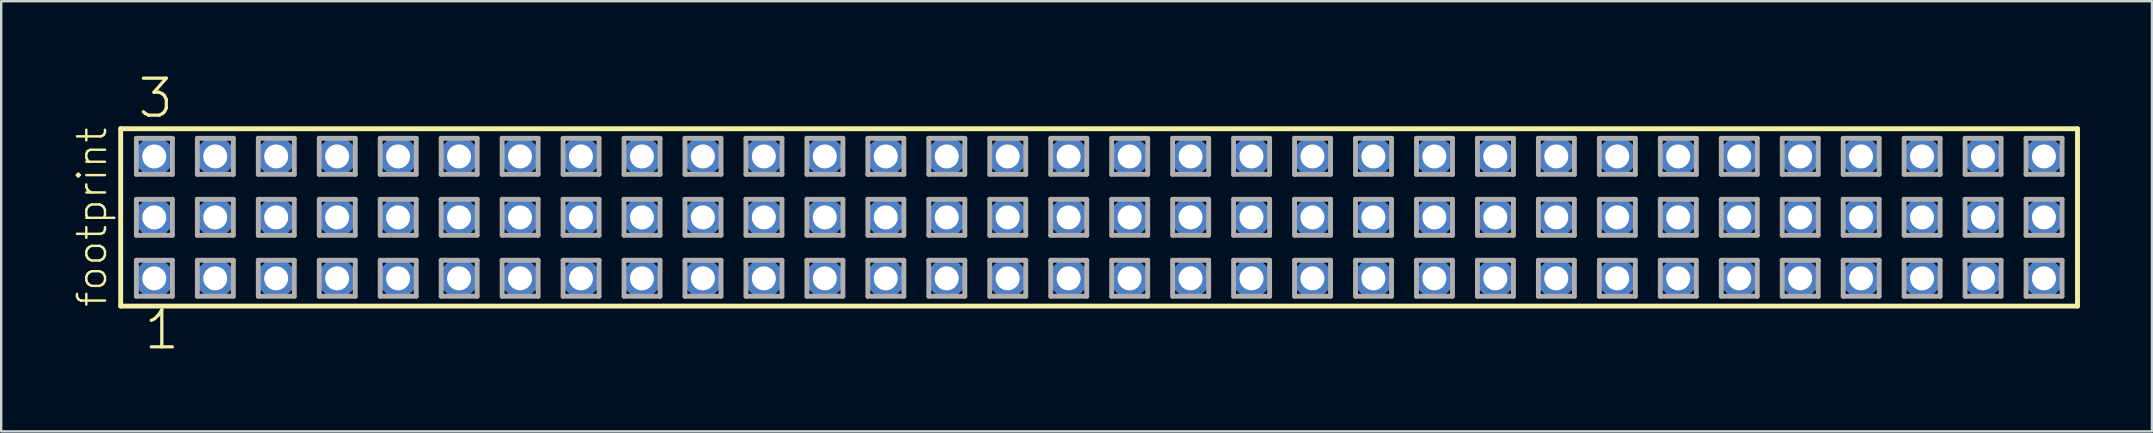
<source format=kicad_pcb>
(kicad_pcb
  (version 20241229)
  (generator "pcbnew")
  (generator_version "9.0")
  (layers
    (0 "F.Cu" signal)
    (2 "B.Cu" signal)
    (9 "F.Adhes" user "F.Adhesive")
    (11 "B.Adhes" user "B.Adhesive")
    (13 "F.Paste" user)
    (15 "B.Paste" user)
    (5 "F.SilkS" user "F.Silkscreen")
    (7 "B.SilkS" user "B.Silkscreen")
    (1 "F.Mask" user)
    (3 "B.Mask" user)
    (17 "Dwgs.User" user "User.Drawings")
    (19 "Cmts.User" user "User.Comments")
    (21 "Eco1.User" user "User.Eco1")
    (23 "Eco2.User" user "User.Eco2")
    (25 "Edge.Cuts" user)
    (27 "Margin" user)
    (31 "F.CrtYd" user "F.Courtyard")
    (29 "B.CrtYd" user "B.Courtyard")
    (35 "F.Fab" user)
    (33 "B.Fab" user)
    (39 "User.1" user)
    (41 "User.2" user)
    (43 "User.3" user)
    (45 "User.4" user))
  (footprint "footprint"
    (layer "F.Cu")
    (at 42.748 6.009)
    (property "Reference" "footprint" (at -41.275 3.81 90) (layer "F.SilkS") (effects (font (size 1.168 1.168) (thickness 0.102)) (justify left bottom)))
    (fp_line (start -40.769 -3.695) (end 40.769 -3.695) (stroke (width 0.203) (type solid)) (layer "F.SilkS"))
    (fp_line (start -40.769 3.695) (end -40.769 -3.695) (stroke (width 0.203) (type solid)) (layer "F.SilkS"))
    (fp_line (start 40.769 -3.695) (end 40.769 3.695) (stroke (width 0.203) (type solid)) (layer "F.SilkS"))
    (fp_line (start 40.769 3.695) (end -40.769 3.695) (stroke (width 0.203) (type solid)) (layer "F.SilkS"))
    (fp_line (start -40.115 -3.295) (end -38.615 -3.295) (stroke (width 0.203) (type solid)) (layer "F.Fab"))
    (fp_line (start -40.115 -1.795) (end -40.115 -3.295) (stroke (width 0.203) (type solid)) (layer "F.Fab"))
    (fp_line (start -40.115 -0.755) (end -38.615 -0.755) (stroke (width 0.203) (type solid)) (layer "F.Fab"))
    (fp_line (start -40.115 0.745) (end -40.115 -0.755) (stroke (width 0.203) (type solid)) (layer "F.Fab"))
    (fp_line (start -40.115 1.785) (end -38.615 1.785) (stroke (width 0.203) (type solid)) (layer "F.Fab"))
    (fp_line (start -40.115 3.285) (end -40.115 1.785) (stroke (width 0.203) (type solid)) (layer "F.Fab"))
    (fp_line (start -38.615 -3.295) (end -38.615 -1.795) (stroke (width 0.203) (type solid)) (layer "F.Fab"))
    (fp_line (start -38.615 -1.795) (end -40.115 -1.795) (stroke (width 0.203) (type solid)) (layer "F.Fab"))
    (fp_line (start -38.615 -0.755) (end -38.615 0.745) (stroke (width 0.203) (type solid)) (layer "F.Fab"))
    (fp_line (start -38.615 0.745) (end -40.115 0.745) (stroke (width 0.203) (type solid)) (layer "F.Fab"))
    (fp_line (start -38.615 1.785) (end -38.615 3.285) (stroke (width 0.203) (type solid)) (layer "F.Fab"))
    (fp_line (start -38.615 3.285) (end -40.115 3.285) (stroke (width 0.203) (type solid)) (layer "F.Fab"))
    (fp_line (start -37.575 -3.295) (end -36.075 -3.295) (stroke (width 0.203) (type solid)) (layer "F.Fab"))
    (fp_line (start -37.575 -1.795) (end -37.575 -3.295) (stroke (width 0.203) (type solid)) (layer "F.Fab"))
    (fp_line (start -37.575 -0.755) (end -36.075 -0.755) (stroke (width 0.203) (type solid)) (layer "F.Fab"))
    (fp_line (start -37.575 0.745) (end -37.575 -0.755) (stroke (width 0.203) (type solid)) (layer "F.Fab"))
    (fp_line (start -37.575 1.785) (end -36.075 1.785) (stroke (width 0.203) (type solid)) (layer "F.Fab"))
    (fp_line (start -37.575 3.285) (end -37.575 1.785) (stroke (width 0.203) (type solid)) (layer "F.Fab"))
    (fp_line (start -36.075 -3.295) (end -36.075 -1.795) (stroke (width 0.203) (type solid)) (layer "F.Fab"))
    (fp_line (start -36.075 -1.795) (end -37.575 -1.795) (stroke (width 0.203) (type solid)) (layer "F.Fab"))
    (fp_line (start -36.075 -0.755) (end -36.075 0.745) (stroke (width 0.203) (type solid)) (layer "F.Fab"))
    (fp_line (start -36.075 0.745) (end -37.575 0.745) (stroke (width 0.203) (type solid)) (layer "F.Fab"))
    (fp_line (start -36.075 1.785) (end -36.075 3.285) (stroke (width 0.203) (type solid)) (layer "F.Fab"))
    (fp_line (start -36.075 3.285) (end -37.575 3.285) (stroke (width 0.203) (type solid)) (layer "F.Fab"))
    (fp_line (start -35.035 -3.295) (end -33.535 -3.295) (stroke (width 0.203) (type solid)) (layer "F.Fab"))
    (fp_line (start -35.035 -1.795) (end -35.035 -3.295) (stroke (width 0.203) (type solid)) (layer "F.Fab"))
    (fp_line (start -35.035 -0.755) (end -33.535 -0.755) (stroke (width 0.203) (type solid)) (layer "F.Fab"))
    (fp_line (start -35.035 0.745) (end -35.035 -0.755) (stroke (width 0.203) (type solid)) (layer "F.Fab"))
    (fp_line (start -35.035 1.785) (end -33.535 1.785) (stroke (width 0.203) (type solid)) (layer "F.Fab"))
    (fp_line (start -35.035 3.285) (end -35.035 1.785) (stroke (width 0.203) (type solid)) (layer "F.Fab"))
    (fp_line (start -33.535 -3.295) (end -33.535 -1.795) (stroke (width 0.203) (type solid)) (layer "F.Fab"))
    (fp_line (start -33.535 -1.795) (end -35.035 -1.795) (stroke (width 0.203) (type solid)) (layer "F.Fab"))
    (fp_line (start -33.535 -0.755) (end -33.535 0.745) (stroke (width 0.203) (type solid)) (layer "F.Fab"))
    (fp_line (start -33.535 0.745) (end -35.035 0.745) (stroke (width 0.203) (type solid)) (layer "F.Fab"))
    (fp_line (start -33.535 1.785) (end -33.535 3.285) (stroke (width 0.203) (type solid)) (layer "F.Fab"))
    (fp_line (start -33.535 3.285) (end -35.035 3.285) (stroke (width 0.203) (type solid)) (layer "F.Fab"))
    (fp_line (start -32.495 -3.295) (end -30.995 -3.295) (stroke (width 0.203) (type solid)) (layer "F.Fab"))
    (fp_line (start -32.495 -1.795) (end -32.495 -3.295) (stroke (width 0.203) (type solid)) (layer "F.Fab"))
    (fp_line (start -32.495 -0.755) (end -30.995 -0.755) (stroke (width 0.203) (type solid)) (layer "F.Fab"))
    (fp_line (start -32.495 0.745) (end -32.495 -0.755) (stroke (width 0.203) (type solid)) (layer "F.Fab"))
    (fp_line (start -32.495 1.785) (end -30.995 1.785) (stroke (width 0.203) (type solid)) (layer "F.Fab"))
    (fp_line (start -32.495 3.285) (end -32.495 1.785) (stroke (width 0.203) (type solid)) (layer "F.Fab"))
    (fp_line (start -30.995 -3.295) (end -30.995 -1.795) (stroke (width 0.203) (type solid)) (layer "F.Fab"))
    (fp_line (start -30.995 -1.795) (end -32.495 -1.795) (stroke (width 0.203) (type solid)) (layer "F.Fab"))
    (fp_line (start -30.995 -0.755) (end -30.995 0.745) (stroke (width 0.203) (type solid)) (layer "F.Fab"))
    (fp_line (start -30.995 0.745) (end -32.495 0.745) (stroke (width 0.203) (type solid)) (layer "F.Fab"))
    (fp_line (start -30.995 1.785) (end -30.995 3.285) (stroke (width 0.203) (type solid)) (layer "F.Fab"))
    (fp_line (start -30.995 3.285) (end -32.495 3.285) (stroke (width 0.203) (type solid)) (layer "F.Fab"))
    (fp_line (start -29.955 -3.295) (end -28.455 -3.295) (stroke (width 0.203) (type solid)) (layer "F.Fab"))
    (fp_line (start -29.955 -1.795) (end -29.955 -3.295) (stroke (width 0.203) (type solid)) (layer "F.Fab"))
    (fp_line (start -29.955 -0.755) (end -28.455 -0.755) (stroke (width 0.203) (type solid)) (layer "F.Fab"))
    (fp_line (start -29.955 0.745) (end -29.955 -0.755) (stroke (width 0.203) (type solid)) (layer "F.Fab"))
    (fp_line (start -29.955 1.785) (end -28.455 1.785) (stroke (width 0.203) (type solid)) (layer "F.Fab"))
    (fp_line (start -29.955 3.285) (end -29.955 1.785) (stroke (width 0.203) (type solid)) (layer "F.Fab"))
    (fp_line (start -28.455 -3.295) (end -28.455 -1.795) (stroke (width 0.203) (type solid)) (layer "F.Fab"))
    (fp_line (start -28.455 -1.795) (end -29.955 -1.795) (stroke (width 0.203) (type solid)) (layer "F.Fab"))
    (fp_line (start -28.455 -0.755) (end -28.455 0.745) (stroke (width 0.203) (type solid)) (layer "F.Fab"))
    (fp_line (start -28.455 0.745) (end -29.955 0.745) (stroke (width 0.203) (type solid)) (layer "F.Fab"))
    (fp_line (start -28.455 1.785) (end -28.455 3.285) (stroke (width 0.203) (type solid)) (layer "F.Fab"))
    (fp_line (start -28.455 3.285) (end -29.955 3.285) (stroke (width 0.203) (type solid)) (layer "F.Fab"))
    (fp_line (start -27.415 -3.295) (end -25.915 -3.295) (stroke (width 0.203) (type solid)) (layer "F.Fab"))
    (fp_line (start -27.415 -1.795) (end -27.415 -3.295) (stroke (width 0.203) (type solid)) (layer "F.Fab"))
    (fp_line (start -27.415 -0.755) (end -25.915 -0.755) (stroke (width 0.203) (type solid)) (layer "F.Fab"))
    (fp_line (start -27.415 0.745) (end -27.415 -0.755) (stroke (width 0.203) (type solid)) (layer "F.Fab"))
    (fp_line (start -27.415 1.785) (end -25.915 1.785) (stroke (width 0.203) (type solid)) (layer "F.Fab"))
    (fp_line (start -27.415 3.285) (end -27.415 1.785) (stroke (width 0.203) (type solid)) (layer "F.Fab"))
    (fp_line (start -25.915 -3.295) (end -25.915 -1.795) (stroke (width 0.203) (type solid)) (layer "F.Fab"))
    (fp_line (start -25.915 -1.795) (end -27.415 -1.795) (stroke (width 0.203) (type solid)) (layer "F.Fab"))
    (fp_line (start -25.915 -0.755) (end -25.915 0.745) (stroke (width 0.203) (type solid)) (layer "F.Fab"))
    (fp_line (start -25.915 0.745) (end -27.415 0.745) (stroke (width 0.203) (type solid)) (layer "F.Fab"))
    (fp_line (start -25.915 1.785) (end -25.915 3.285) (stroke (width 0.203) (type solid)) (layer "F.Fab"))
    (fp_line (start -25.915 3.285) (end -27.415 3.285) (stroke (width 0.203) (type solid)) (layer "F.Fab"))
    (fp_line (start -24.875 -3.295) (end -23.375 -3.295) (stroke (width 0.203) (type solid)) (layer "F.Fab"))
    (fp_line (start -24.875 -1.795) (end -24.875 -3.295) (stroke (width 0.203) (type solid)) (layer "F.Fab"))
    (fp_line (start -24.875 -0.755) (end -23.375 -0.755) (stroke (width 0.203) (type solid)) (layer "F.Fab"))
    (fp_line (start -24.875 0.745) (end -24.875 -0.755) (stroke (width 0.203) (type solid)) (layer "F.Fab"))
    (fp_line (start -24.875 1.785) (end -23.375 1.785) (stroke (width 0.203) (type solid)) (layer "F.Fab"))
    (fp_line (start -24.875 3.285) (end -24.875 1.785) (stroke (width 0.203) (type solid)) (layer "F.Fab"))
    (fp_line (start -23.375 -3.295) (end -23.375 -1.795) (stroke (width 0.203) (type solid)) (layer "F.Fab"))
    (fp_line (start -23.375 -1.795) (end -24.875 -1.795) (stroke (width 0.203) (type solid)) (layer "F.Fab"))
    (fp_line (start -23.375 -0.755) (end -23.375 0.745) (stroke (width 0.203) (type solid)) (layer "F.Fab"))
    (fp_line (start -23.375 0.745) (end -24.875 0.745) (stroke (width 0.203) (type solid)) (layer "F.Fab"))
    (fp_line (start -23.375 1.785) (end -23.375 3.285) (stroke (width 0.203) (type solid)) (layer "F.Fab"))
    (fp_line (start -23.375 3.285) (end -24.875 3.285) (stroke (width 0.203) (type solid)) (layer "F.Fab"))
    (fp_line (start -22.335 -3.295) (end -20.835 -3.295) (stroke (width 0.203) (type solid)) (layer "F.Fab"))
    (fp_line (start -22.335 -1.795) (end -22.335 -3.295) (stroke (width 0.203) (type solid)) (layer "F.Fab"))
    (fp_line (start -22.335 -0.755) (end -20.835 -0.755) (stroke (width 0.203) (type solid)) (layer "F.Fab"))
    (fp_line (start -22.335 0.745) (end -22.335 -0.755) (stroke (width 0.203) (type solid)) (layer "F.Fab"))
    (fp_line (start -22.335 1.785) (end -20.835 1.785) (stroke (width 0.203) (type solid)) (layer "F.Fab"))
    (fp_line (start -22.335 3.285) (end -22.335 1.785) (stroke (width 0.203) (type solid)) (layer "F.Fab"))
    (fp_line (start -20.835 -3.295) (end -20.835 -1.795) (stroke (width 0.203) (type solid)) (layer "F.Fab"))
    (fp_line (start -20.835 -1.795) (end -22.335 -1.795) (stroke (width 0.203) (type solid)) (layer "F.Fab"))
    (fp_line (start -20.835 -0.755) (end -20.835 0.745) (stroke (width 0.203) (type solid)) (layer "F.Fab"))
    (fp_line (start -20.835 0.745) (end -22.335 0.745) (stroke (width 0.203) (type solid)) (layer "F.Fab"))
    (fp_line (start -20.835 1.785) (end -20.835 3.285) (stroke (width 0.203) (type solid)) (layer "F.Fab"))
    (fp_line (start -20.835 3.285) (end -22.335 3.285) (stroke (width 0.203) (type solid)) (layer "F.Fab"))
    (fp_line (start -19.795 -3.295) (end -18.295 -3.295) (stroke (width 0.203) (type solid)) (layer "F.Fab"))
    (fp_line (start -19.795 -1.795) (end -19.795 -3.295) (stroke (width 0.203) (type solid)) (layer "F.Fab"))
    (fp_line (start -19.795 -0.755) (end -18.295 -0.755) (stroke (width 0.203) (type solid)) (layer "F.Fab"))
    (fp_line (start -19.795 0.745) (end -19.795 -0.755) (stroke (width 0.203) (type solid)) (layer "F.Fab"))
    (fp_line (start -19.795 1.785) (end -18.295 1.785) (stroke (width 0.203) (type solid)) (layer "F.Fab"))
    (fp_line (start -19.795 3.285) (end -19.795 1.785) (stroke (width 0.203) (type solid)) (layer "F.Fab"))
    (fp_line (start -18.295 -3.295) (end -18.295 -1.795) (stroke (width 0.203) (type solid)) (layer "F.Fab"))
    (fp_line (start -18.295 -1.795) (end -19.795 -1.795) (stroke (width 0.203) (type solid)) (layer "F.Fab"))
    (fp_line (start -18.295 -0.755) (end -18.295 0.745) (stroke (width 0.203) (type solid)) (layer "F.Fab"))
    (fp_line (start -18.295 0.745) (end -19.795 0.745) (stroke (width 0.203) (type solid)) (layer "F.Fab"))
    (fp_line (start -18.295 1.785) (end -18.295 3.285) (stroke (width 0.203) (type solid)) (layer "F.Fab"))
    (fp_line (start -18.295 3.285) (end -19.795 3.285) (stroke (width 0.203) (type solid)) (layer "F.Fab"))
    (fp_line (start -17.255 -3.295) (end -15.755 -3.295) (stroke (width 0.203) (type solid)) (layer "F.Fab"))
    (fp_line (start -17.255 -1.795) (end -17.255 -3.295) (stroke (width 0.203) (type solid)) (layer "F.Fab"))
    (fp_line (start -17.255 -0.755) (end -15.755 -0.755) (stroke (width 0.203) (type solid)) (layer "F.Fab"))
    (fp_line (start -17.255 0.745) (end -17.255 -0.755) (stroke (width 0.203) (type solid)) (layer "F.Fab"))
    (fp_line (start -17.255 1.785) (end -15.755 1.785) (stroke (width 0.203) (type solid)) (layer "F.Fab"))
    (fp_line (start -17.255 3.285) (end -17.255 1.785) (stroke (width 0.203) (type solid)) (layer "F.Fab"))
    (fp_line (start -15.755 -3.295) (end -15.755 -1.795) (stroke (width 0.203) (type solid)) (layer "F.Fab"))
    (fp_line (start -15.755 -1.795) (end -17.255 -1.795) (stroke (width 0.203) (type solid)) (layer "F.Fab"))
    (fp_line (start -15.755 -0.755) (end -15.755 0.745) (stroke (width 0.203) (type solid)) (layer "F.Fab"))
    (fp_line (start -15.755 0.745) (end -17.255 0.745) (stroke (width 0.203) (type solid)) (layer "F.Fab"))
    (fp_line (start -15.755 1.785) (end -15.755 3.285) (stroke (width 0.203) (type solid)) (layer "F.Fab"))
    (fp_line (start -15.755 3.285) (end -17.255 3.285) (stroke (width 0.203) (type solid)) (layer "F.Fab"))
    (fp_line (start -14.715 -3.295) (end -13.215 -3.295) (stroke (width 0.203) (type solid)) (layer "F.Fab"))
    (fp_line (start -14.715 -1.795) (end -14.715 -3.295) (stroke (width 0.203) (type solid)) (layer "F.Fab"))
    (fp_line (start -14.715 -0.755) (end -13.215 -0.755) (stroke (width 0.203) (type solid)) (layer "F.Fab"))
    (fp_line (start -14.715 0.745) (end -14.715 -0.755) (stroke (width 0.203) (type solid)) (layer "F.Fab"))
    (fp_line (start -14.715 1.785) (end -13.215 1.785) (stroke (width 0.203) (type solid)) (layer "F.Fab"))
    (fp_line (start -14.715 3.285) (end -14.715 1.785) (stroke (width 0.203) (type solid)) (layer "F.Fab"))
    (fp_line (start -13.215 -3.295) (end -13.215 -1.795) (stroke (width 0.203) (type solid)) (layer "F.Fab"))
    (fp_line (start -13.215 -1.795) (end -14.715 -1.795) (stroke (width 0.203) (type solid)) (layer "F.Fab"))
    (fp_line (start -13.215 -0.755) (end -13.215 0.745) (stroke (width 0.203) (type solid)) (layer "F.Fab"))
    (fp_line (start -13.215 0.745) (end -14.715 0.745) (stroke (width 0.203) (type solid)) (layer "F.Fab"))
    (fp_line (start -13.215 1.785) (end -13.215 3.285) (stroke (width 0.203) (type solid)) (layer "F.Fab"))
    (fp_line (start -13.215 3.285) (end -14.715 3.285) (stroke (width 0.203) (type solid)) (layer "F.Fab"))
    (fp_line (start -12.175 -3.295) (end -10.675 -3.295) (stroke (width 0.203) (type solid)) (layer "F.Fab"))
    (fp_line (start -12.175 -1.795) (end -12.175 -3.295) (stroke (width 0.203) (type solid)) (layer "F.Fab"))
    (fp_line (start -12.175 -0.755) (end -10.675 -0.755) (stroke (width 0.203) (type solid)) (layer "F.Fab"))
    (fp_line (start -12.175 0.745) (end -12.175 -0.755) (stroke (width 0.203) (type solid)) (layer "F.Fab"))
    (fp_line (start -12.175 1.785) (end -10.675 1.785) (stroke (width 0.203) (type solid)) (layer "F.Fab"))
    (fp_line (start -12.175 3.285) (end -12.175 1.785) (stroke (width 0.203) (type solid)) (layer "F.Fab"))
    (fp_line (start -10.675 -3.295) (end -10.675 -1.795) (stroke (width 0.203) (type solid)) (layer "F.Fab"))
    (fp_line (start -10.675 -1.795) (end -12.175 -1.795) (stroke (width 0.203) (type solid)) (layer "F.Fab"))
    (fp_line (start -10.675 -0.755) (end -10.675 0.745) (stroke (width 0.203) (type solid)) (layer "F.Fab"))
    (fp_line (start -10.675 0.745) (end -12.175 0.745) (stroke (width 0.203) (type solid)) (layer "F.Fab"))
    (fp_line (start -10.675 1.785) (end -10.675 3.285) (stroke (width 0.203) (type solid)) (layer "F.Fab"))
    (fp_line (start -10.675 3.285) (end -12.175 3.285) (stroke (width 0.203) (type solid)) (layer "F.Fab"))
    (fp_line (start -9.635 -3.295) (end -8.135 -3.295) (stroke (width 0.203) (type solid)) (layer "F.Fab"))
    (fp_line (start -9.635 -1.795) (end -9.635 -3.295) (stroke (width 0.203) (type solid)) (layer "F.Fab"))
    (fp_line (start -9.635 -0.755) (end -8.135 -0.755) (stroke (width 0.203) (type solid)) (layer "F.Fab"))
    (fp_line (start -9.635 0.745) (end -9.635 -0.755) (stroke (width 0.203) (type solid)) (layer "F.Fab"))
    (fp_line (start -9.635 1.785) (end -8.135 1.785) (stroke (width 0.203) (type solid)) (layer "F.Fab"))
    (fp_line (start -9.635 3.285) (end -9.635 1.785) (stroke (width 0.203) (type solid)) (layer "F.Fab"))
    (fp_line (start -8.135 -3.295) (end -8.135 -1.795) (stroke (width 0.203) (type solid)) (layer "F.Fab"))
    (fp_line (start -8.135 -1.795) (end -9.635 -1.795) (stroke (width 0.203) (type solid)) (layer "F.Fab"))
    (fp_line (start -8.135 -0.755) (end -8.135 0.745) (stroke (width 0.203) (type solid)) (layer "F.Fab"))
    (fp_line (start -8.135 0.745) (end -9.635 0.745) (stroke (width 0.203) (type solid)) (layer "F.Fab"))
    (fp_line (start -8.135 1.785) (end -8.135 3.285) (stroke (width 0.203) (type solid)) (layer "F.Fab"))
    (fp_line (start -8.135 3.285) (end -9.635 3.285) (stroke (width 0.203) (type solid)) (layer "F.Fab"))
    (fp_line (start -7.095 -3.295) (end -5.595 -3.295) (stroke (width 0.203) (type solid)) (layer "F.Fab"))
    (fp_line (start -7.095 -1.795) (end -7.095 -3.295) (stroke (width 0.203) (type solid)) (layer "F.Fab"))
    (fp_line (start -7.095 -0.755) (end -5.595 -0.755) (stroke (width 0.203) (type solid)) (layer "F.Fab"))
    (fp_line (start -7.095 0.745) (end -7.095 -0.755) (stroke (width 0.203) (type solid)) (layer "F.Fab"))
    (fp_line (start -7.095 1.785) (end -5.595 1.785) (stroke (width 0.203) (type solid)) (layer "F.Fab"))
    (fp_line (start -7.095 3.285) (end -7.095 1.785) (stroke (width 0.203) (type solid)) (layer "F.Fab"))
    (fp_line (start -5.595 -3.295) (end -5.595 -1.795) (stroke (width 0.203) (type solid)) (layer "F.Fab"))
    (fp_line (start -5.595 -1.795) (end -7.095 -1.795) (stroke (width 0.203) (type solid)) (layer "F.Fab"))
    (fp_line (start -5.595 -0.755) (end -5.595 0.745) (stroke (width 0.203) (type solid)) (layer "F.Fab"))
    (fp_line (start -5.595 0.745) (end -7.095 0.745) (stroke (width 0.203) (type solid)) (layer "F.Fab"))
    (fp_line (start -5.595 1.785) (end -5.595 3.285) (stroke (width 0.203) (type solid)) (layer "F.Fab"))
    (fp_line (start -5.595 3.285) (end -7.095 3.285) (stroke (width 0.203) (type solid)) (layer "F.Fab"))
    (fp_line (start -4.555 -3.295) (end -3.055 -3.295) (stroke (width 0.203) (type solid)) (layer "F.Fab"))
    (fp_line (start -4.555 -1.795) (end -4.555 -3.295) (stroke (width 0.203) (type solid)) (layer "F.Fab"))
    (fp_line (start -4.555 -0.755) (end -3.055 -0.755) (stroke (width 0.203) (type solid)) (layer "F.Fab"))
    (fp_line (start -4.555 0.745) (end -4.555 -0.755) (stroke (width 0.203) (type solid)) (layer "F.Fab"))
    (fp_line (start -4.555 1.785) (end -3.055 1.785) (stroke (width 0.203) (type solid)) (layer "F.Fab"))
    (fp_line (start -4.555 3.285) (end -4.555 1.785) (stroke (width 0.203) (type solid)) (layer "F.Fab"))
    (fp_line (start -3.055 -3.295) (end -3.055 -1.795) (stroke (width 0.203) (type solid)) (layer "F.Fab"))
    (fp_line (start -3.055 -1.795) (end -4.555 -1.795) (stroke (width 0.203) (type solid)) (layer "F.Fab"))
    (fp_line (start -3.055 -0.755) (end -3.055 0.745) (stroke (width 0.203) (type solid)) (layer "F.Fab"))
    (fp_line (start -3.055 0.745) (end -4.555 0.745) (stroke (width 0.203) (type solid)) (layer "F.Fab"))
    (fp_line (start -3.055 1.785) (end -3.055 3.285) (stroke (width 0.203) (type solid)) (layer "F.Fab"))
    (fp_line (start -3.055 3.285) (end -4.555 3.285) (stroke (width 0.203) (type solid)) (layer "F.Fab"))
    (fp_line (start -2.015 -3.295) (end -0.515 -3.295) (stroke (width 0.203) (type solid)) (layer "F.Fab"))
    (fp_line (start -2.015 -1.795) (end -2.015 -3.295) (stroke (width 0.203) (type solid)) (layer "F.Fab"))
    (fp_line (start -2.015 -0.755) (end -0.515 -0.755) (stroke (width 0.203) (type solid)) (layer "F.Fab"))
    (fp_line (start -2.015 0.745) (end -2.015 -0.755) (stroke (width 0.203) (type solid)) (layer "F.Fab"))
    (fp_line (start -2.015 1.785) (end -0.515 1.785) (stroke (width 0.203) (type solid)) (layer "F.Fab"))
    (fp_line (start -2.015 3.285) (end -2.015 1.785) (stroke (width 0.203) (type solid)) (layer "F.Fab"))
    (fp_line (start -0.515 -3.295) (end -0.515 -1.795) (stroke (width 0.203) (type solid)) (layer "F.Fab"))
    (fp_line (start -0.515 -1.795) (end -2.015 -1.795) (stroke (width 0.203) (type solid)) (layer "F.Fab"))
    (fp_line (start -0.515 -0.755) (end -0.515 0.745) (stroke (width 0.203) (type solid)) (layer "F.Fab"))
    (fp_line (start -0.515 0.745) (end -2.015 0.745) (stroke (width 0.203) (type solid)) (layer "F.Fab"))
    (fp_line (start -0.515 1.785) (end -0.515 3.285) (stroke (width 0.203) (type solid)) (layer "F.Fab"))
    (fp_line (start -0.515 3.285) (end -2.015 3.285) (stroke (width 0.203) (type solid)) (layer "F.Fab"))
    (fp_line (start 0.525 -3.295) (end 2.025 -3.295) (stroke (width 0.203) (type solid)) (layer "F.Fab"))
    (fp_line (start 0.525 -1.795) (end 0.525 -3.295) (stroke (width 0.203) (type solid)) (layer "F.Fab"))
    (fp_line (start 0.525 -0.755) (end 2.025 -0.755) (stroke (width 0.203) (type solid)) (layer "F.Fab"))
    (fp_line (start 0.525 0.745) (end 0.525 -0.755) (stroke (width 0.203) (type solid)) (layer "F.Fab"))
    (fp_line (start 0.525 1.785) (end 2.025 1.785) (stroke (width 0.203) (type solid)) (layer "F.Fab"))
    (fp_line (start 0.525 3.285) (end 0.525 1.785) (stroke (width 0.203) (type solid)) (layer "F.Fab"))
    (fp_line (start 2.025 -3.295) (end 2.025 -1.795) (stroke (width 0.203) (type solid)) (layer "F.Fab"))
    (fp_line (start 2.025 -1.795) (end 0.525 -1.795) (stroke (width 0.203) (type solid)) (layer "F.Fab"))
    (fp_line (start 2.025 -0.755) (end 2.025 0.745) (stroke (width 0.203) (type solid)) (layer "F.Fab"))
    (fp_line (start 2.025 0.745) (end 0.525 0.745) (stroke (width 0.203) (type solid)) (layer "F.Fab"))
    (fp_line (start 2.025 1.785) (end 2.025 3.285) (stroke (width 0.203) (type solid)) (layer "F.Fab"))
    (fp_line (start 2.025 3.285) (end 0.525 3.285) (stroke (width 0.203) (type solid)) (layer "F.Fab"))
    (fp_line (start 3.065 -3.295) (end 4.565 -3.295) (stroke (width 0.203) (type solid)) (layer "F.Fab"))
    (fp_line (start 3.065 -1.795) (end 3.065 -3.295) (stroke (width 0.203) (type solid)) (layer "F.Fab"))
    (fp_line (start 3.065 -0.755) (end 4.565 -0.755) (stroke (width 0.203) (type solid)) (layer "F.Fab"))
    (fp_line (start 3.065 0.745) (end 3.065 -0.755) (stroke (width 0.203) (type solid)) (layer "F.Fab"))
    (fp_line (start 3.065 1.785) (end 4.565 1.785) (stroke (width 0.203) (type solid)) (layer "F.Fab"))
    (fp_line (start 3.065 3.285) (end 3.065 1.785) (stroke (width 0.203) (type solid)) (layer "F.Fab"))
    (fp_line (start 4.565 -3.295) (end 4.565 -1.795) (stroke (width 0.203) (type solid)) (layer "F.Fab"))
    (fp_line (start 4.565 -1.795) (end 3.065 -1.795) (stroke (width 0.203) (type solid)) (layer "F.Fab"))
    (fp_line (start 4.565 -0.755) (end 4.565 0.745) (stroke (width 0.203) (type solid)) (layer "F.Fab"))
    (fp_line (start 4.565 0.745) (end 3.065 0.745) (stroke (width 0.203) (type solid)) (layer "F.Fab"))
    (fp_line (start 4.565 1.785) (end 4.565 3.285) (stroke (width 0.203) (type solid)) (layer "F.Fab"))
    (fp_line (start 4.565 3.285) (end 3.065 3.285) (stroke (width 0.203) (type solid)) (layer "F.Fab"))
    (fp_line (start 5.605 -3.295) (end 7.105 -3.295) (stroke (width 0.203) (type solid)) (layer "F.Fab"))
    (fp_line (start 5.605 -1.795) (end 5.605 -3.295) (stroke (width 0.203) (type solid)) (layer "F.Fab"))
    (fp_line (start 5.605 -0.755) (end 7.105 -0.755) (stroke (width 0.203) (type solid)) (layer "F.Fab"))
    (fp_line (start 5.605 0.745) (end 5.605 -0.755) (stroke (width 0.203) (type solid)) (layer "F.Fab"))
    (fp_line (start 5.605 1.785) (end 7.105 1.785) (stroke (width 0.203) (type solid)) (layer "F.Fab"))
    (fp_line (start 5.605 3.285) (end 5.605 1.785) (stroke (width 0.203) (type solid)) (layer "F.Fab"))
    (fp_line (start 7.105 -3.295) (end 7.105 -1.795) (stroke (width 0.203) (type solid)) (layer "F.Fab"))
    (fp_line (start 7.105 -1.795) (end 5.605 -1.795) (stroke (width 0.203) (type solid)) (layer "F.Fab"))
    (fp_line (start 7.105 -0.755) (end 7.105 0.745) (stroke (width 0.203) (type solid)) (layer "F.Fab"))
    (fp_line (start 7.105 0.745) (end 5.605 0.745) (stroke (width 0.203) (type solid)) (layer "F.Fab"))
    (fp_line (start 7.105 1.785) (end 7.105 3.285) (stroke (width 0.203) (type solid)) (layer "F.Fab"))
    (fp_line (start 7.105 3.285) (end 5.605 3.285) (stroke (width 0.203) (type solid)) (layer "F.Fab"))
    (fp_line (start 8.145 -3.295) (end 9.645 -3.295) (stroke (width 0.203) (type solid)) (layer "F.Fab"))
    (fp_line (start 8.145 -1.795) (end 8.145 -3.295) (stroke (width 0.203) (type solid)) (layer "F.Fab"))
    (fp_line (start 8.145 -0.755) (end 9.645 -0.755) (stroke (width 0.203) (type solid)) (layer "F.Fab"))
    (fp_line (start 8.145 0.745) (end 8.145 -0.755) (stroke (width 0.203) (type solid)) (layer "F.Fab"))
    (fp_line (start 8.145 1.785) (end 9.645 1.785) (stroke (width 0.203) (type solid)) (layer "F.Fab"))
    (fp_line (start 8.145 3.285) (end 8.145 1.785) (stroke (width 0.203) (type solid)) (layer "F.Fab"))
    (fp_line (start 9.645 -3.295) (end 9.645 -1.795) (stroke (width 0.203) (type solid)) (layer "F.Fab"))
    (fp_line (start 9.645 -1.795) (end 8.145 -1.795) (stroke (width 0.203) (type solid)) (layer "F.Fab"))
    (fp_line (start 9.645 -0.755) (end 9.645 0.745) (stroke (width 0.203) (type solid)) (layer "F.Fab"))
    (fp_line (start 9.645 0.745) (end 8.145 0.745) (stroke (width 0.203) (type solid)) (layer "F.Fab"))
    (fp_line (start 9.645 1.785) (end 9.645 3.285) (stroke (width 0.203) (type solid)) (layer "F.Fab"))
    (fp_line (start 9.645 3.285) (end 8.145 3.285) (stroke (width 0.203) (type solid)) (layer "F.Fab"))
    (fp_line (start 10.685 -3.295) (end 12.185 -3.295) (stroke (width 0.203) (type solid)) (layer "F.Fab"))
    (fp_line (start 10.685 -1.795) (end 10.685 -3.295) (stroke (width 0.203) (type solid)) (layer "F.Fab"))
    (fp_line (start 10.685 -0.755) (end 12.185 -0.755) (stroke (width 0.203) (type solid)) (layer "F.Fab"))
    (fp_line (start 10.685 0.745) (end 10.685 -0.755) (stroke (width 0.203) (type solid)) (layer "F.Fab"))
    (fp_line (start 10.685 1.785) (end 12.185 1.785) (stroke (width 0.203) (type solid)) (layer "F.Fab"))
    (fp_line (start 10.685 3.285) (end 10.685 1.785) (stroke (width 0.203) (type solid)) (layer "F.Fab"))
    (fp_line (start 12.185 -3.295) (end 12.185 -1.795) (stroke (width 0.203) (type solid)) (layer "F.Fab"))
    (fp_line (start 12.185 -1.795) (end 10.685 -1.795) (stroke (width 0.203) (type solid)) (layer "F.Fab"))
    (fp_line (start 12.185 -0.755) (end 12.185 0.745) (stroke (width 0.203) (type solid)) (layer "F.Fab"))
    (fp_line (start 12.185 0.745) (end 10.685 0.745) (stroke (width 0.203) (type solid)) (layer "F.Fab"))
    (fp_line (start 12.185 1.785) (end 12.185 3.285) (stroke (width 0.203) (type solid)) (layer "F.Fab"))
    (fp_line (start 12.185 3.285) (end 10.685 3.285) (stroke (width 0.203) (type solid)) (layer "F.Fab"))
    (fp_line (start 13.225 -3.295) (end 14.725 -3.295) (stroke (width 0.203) (type solid)) (layer "F.Fab"))
    (fp_line (start 13.225 -1.795) (end 13.225 -3.295) (stroke (width 0.203) (type solid)) (layer "F.Fab"))
    (fp_line (start 13.225 -0.755) (end 14.725 -0.755) (stroke (width 0.203) (type solid)) (layer "F.Fab"))
    (fp_line (start 13.225 0.745) (end 13.225 -0.755) (stroke (width 0.203) (type solid)) (layer "F.Fab"))
    (fp_line (start 13.225 1.785) (end 14.725 1.785) (stroke (width 0.203) (type solid)) (layer "F.Fab"))
    (fp_line (start 13.225 3.285) (end 13.225 1.785) (stroke (width 0.203) (type solid)) (layer "F.Fab"))
    (fp_line (start 14.725 -3.295) (end 14.725 -1.795) (stroke (width 0.203) (type solid)) (layer "F.Fab"))
    (fp_line (start 14.725 -1.795) (end 13.225 -1.795) (stroke (width 0.203) (type solid)) (layer "F.Fab"))
    (fp_line (start 14.725 -0.755) (end 14.725 0.745) (stroke (width 0.203) (type solid)) (layer "F.Fab"))
    (fp_line (start 14.725 0.745) (end 13.225 0.745) (stroke (width 0.203) (type solid)) (layer "F.Fab"))
    (fp_line (start 14.725 1.785) (end 14.725 3.285) (stroke (width 0.203) (type solid)) (layer "F.Fab"))
    (fp_line (start 14.725 3.285) (end 13.225 3.285) (stroke (width 0.203) (type solid)) (layer "F.Fab"))
    (fp_line (start 15.765 -3.295) (end 17.265 -3.295) (stroke (width 0.203) (type solid)) (layer "F.Fab"))
    (fp_line (start 15.765 -1.795) (end 15.765 -3.295) (stroke (width 0.203) (type solid)) (layer "F.Fab"))
    (fp_line (start 15.765 -0.755) (end 17.265 -0.755) (stroke (width 0.203) (type solid)) (layer "F.Fab"))
    (fp_line (start 15.765 0.745) (end 15.765 -0.755) (stroke (width 0.203) (type solid)) (layer "F.Fab"))
    (fp_line (start 15.765 1.785) (end 17.265 1.785) (stroke (width 0.203) (type solid)) (layer "F.Fab"))
    (fp_line (start 15.765 3.285) (end 15.765 1.785) (stroke (width 0.203) (type solid)) (layer "F.Fab"))
    (fp_line (start 17.265 -3.295) (end 17.265 -1.795) (stroke (width 0.203) (type solid)) (layer "F.Fab"))
    (fp_line (start 17.265 -1.795) (end 15.765 -1.795) (stroke (width 0.203) (type solid)) (layer "F.Fab"))
    (fp_line (start 17.265 -0.755) (end 17.265 0.745) (stroke (width 0.203) (type solid)) (layer "F.Fab"))
    (fp_line (start 17.265 0.745) (end 15.765 0.745) (stroke (width 0.203) (type solid)) (layer "F.Fab"))
    (fp_line (start 17.265 1.785) (end 17.265 3.285) (stroke (width 0.203) (type solid)) (layer "F.Fab"))
    (fp_line (start 17.265 3.285) (end 15.765 3.285) (stroke (width 0.203) (type solid)) (layer "F.Fab"))
    (fp_line (start 18.305 -3.295) (end 19.805 -3.295) (stroke (width 0.203) (type solid)) (layer "F.Fab"))
    (fp_line (start 18.305 -1.795) (end 18.305 -3.295) (stroke (width 0.203) (type solid)) (layer "F.Fab"))
    (fp_line (start 18.305 -0.755) (end 19.805 -0.755) (stroke (width 0.203) (type solid)) (layer "F.Fab"))
    (fp_line (start 18.305 0.745) (end 18.305 -0.755) (stroke (width 0.203) (type solid)) (layer "F.Fab"))
    (fp_line (start 18.305 1.785) (end 19.805 1.785) (stroke (width 0.203) (type solid)) (layer "F.Fab"))
    (fp_line (start 18.305 3.285) (end 18.305 1.785) (stroke (width 0.203) (type solid)) (layer "F.Fab"))
    (fp_line (start 19.805 -3.295) (end 19.805 -1.795) (stroke (width 0.203) (type solid)) (layer "F.Fab"))
    (fp_line (start 19.805 -1.795) (end 18.305 -1.795) (stroke (width 0.203) (type solid)) (layer "F.Fab"))
    (fp_line (start 19.805 -0.755) (end 19.805 0.745) (stroke (width 0.203) (type solid)) (layer "F.Fab"))
    (fp_line (start 19.805 0.745) (end 18.305 0.745) (stroke (width 0.203) (type solid)) (layer "F.Fab"))
    (fp_line (start 19.805 1.785) (end 19.805 3.285) (stroke (width 0.203) (type solid)) (layer "F.Fab"))
    (fp_line (start 19.805 3.285) (end 18.305 3.285) (stroke (width 0.203) (type solid)) (layer "F.Fab"))
    (fp_line (start 20.845 -3.295) (end 22.345 -3.295) (stroke (width 0.203) (type solid)) (layer "F.Fab"))
    (fp_line (start 20.845 -1.795) (end 20.845 -3.295) (stroke (width 0.203) (type solid)) (layer "F.Fab"))
    (fp_line (start 20.845 -0.755) (end 22.345 -0.755) (stroke (width 0.203) (type solid)) (layer "F.Fab"))
    (fp_line (start 20.845 0.745) (end 20.845 -0.755) (stroke (width 0.203) (type solid)) (layer "F.Fab"))
    (fp_line (start 20.845 1.785) (end 22.345 1.785) (stroke (width 0.203) (type solid)) (layer "F.Fab"))
    (fp_line (start 20.845 3.285) (end 20.845 1.785) (stroke (width 0.203) (type solid)) (layer "F.Fab"))
    (fp_line (start 22.345 -3.295) (end 22.345 -1.795) (stroke (width 0.203) (type solid)) (layer "F.Fab"))
    (fp_line (start 22.345 -1.795) (end 20.845 -1.795) (stroke (width 0.203) (type solid)) (layer "F.Fab"))
    (fp_line (start 22.345 -0.755) (end 22.345 0.745) (stroke (width 0.203) (type solid)) (layer "F.Fab"))
    (fp_line (start 22.345 0.745) (end 20.845 0.745) (stroke (width 0.203) (type solid)) (layer "F.Fab"))
    (fp_line (start 22.345 1.785) (end 22.345 3.285) (stroke (width 0.203) (type solid)) (layer "F.Fab"))
    (fp_line (start 22.345 3.285) (end 20.845 3.285) (stroke (width 0.203) (type solid)) (layer "F.Fab"))
    (fp_line (start 23.385 -3.295) (end 24.885 -3.295) (stroke (width 0.203) (type solid)) (layer "F.Fab"))
    (fp_line (start 23.385 -1.795) (end 23.385 -3.295) (stroke (width 0.203) (type solid)) (layer "F.Fab"))
    (fp_line (start 23.385 -0.755) (end 24.885 -0.755) (stroke (width 0.203) (type solid)) (layer "F.Fab"))
    (fp_line (start 23.385 0.745) (end 23.385 -0.755) (stroke (width 0.203) (type solid)) (layer "F.Fab"))
    (fp_line (start 23.385 1.785) (end 24.885 1.785) (stroke (width 0.203) (type solid)) (layer "F.Fab"))
    (fp_line (start 23.385 3.285) (end 23.385 1.785) (stroke (width 0.203) (type solid)) (layer "F.Fab"))
    (fp_line (start 24.885 -3.295) (end 24.885 -1.795) (stroke (width 0.203) (type solid)) (layer "F.Fab"))
    (fp_line (start 24.885 -1.795) (end 23.385 -1.795) (stroke (width 0.203) (type solid)) (layer "F.Fab"))
    (fp_line (start 24.885 -0.755) (end 24.885 0.745) (stroke (width 0.203) (type solid)) (layer "F.Fab"))
    (fp_line (start 24.885 0.745) (end 23.385 0.745) (stroke (width 0.203) (type solid)) (layer "F.Fab"))
    (fp_line (start 24.885 1.785) (end 24.885 3.285) (stroke (width 0.203) (type solid)) (layer "F.Fab"))
    (fp_line (start 24.885 3.285) (end 23.385 3.285) (stroke (width 0.203) (type solid)) (layer "F.Fab"))
    (fp_line (start 25.925 -3.295) (end 27.425 -3.295) (stroke (width 0.203) (type solid)) (layer "F.Fab"))
    (fp_line (start 25.925 -1.795) (end 25.925 -3.295) (stroke (width 0.203) (type solid)) (layer "F.Fab"))
    (fp_line (start 25.925 -0.755) (end 27.425 -0.755) (stroke (width 0.203) (type solid)) (layer "F.Fab"))
    (fp_line (start 25.925 0.745) (end 25.925 -0.755) (stroke (width 0.203) (type solid)) (layer "F.Fab"))
    (fp_line (start 25.925 1.785) (end 27.425 1.785) (stroke (width 0.203) (type solid)) (layer "F.Fab"))
    (fp_line (start 25.925 3.285) (end 25.925 1.785) (stroke (width 0.203) (type solid)) (layer "F.Fab"))
    (fp_line (start 27.425 -3.295) (end 27.425 -1.795) (stroke (width 0.203) (type solid)) (layer "F.Fab"))
    (fp_line (start 27.425 -1.795) (end 25.925 -1.795) (stroke (width 0.203) (type solid)) (layer "F.Fab"))
    (fp_line (start 27.425 -0.755) (end 27.425 0.745) (stroke (width 0.203) (type solid)) (layer "F.Fab"))
    (fp_line (start 27.425 0.745) (end 25.925 0.745) (stroke (width 0.203) (type solid)) (layer "F.Fab"))
    (fp_line (start 27.425 1.785) (end 27.425 3.285) (stroke (width 0.203) (type solid)) (layer "F.Fab"))
    (fp_line (start 27.425 3.285) (end 25.925 3.285) (stroke (width 0.203) (type solid)) (layer "F.Fab"))
    (fp_line (start 28.465 -3.295) (end 29.965 -3.295) (stroke (width 0.203) (type solid)) (layer "F.Fab"))
    (fp_line (start 28.465 -1.795) (end 28.465 -3.295) (stroke (width 0.203) (type solid)) (layer "F.Fab"))
    (fp_line (start 28.465 -0.755) (end 29.965 -0.755) (stroke (width 0.203) (type solid)) (layer "F.Fab"))
    (fp_line (start 28.465 0.745) (end 28.465 -0.755) (stroke (width 0.203) (type solid)) (layer "F.Fab"))
    (fp_line (start 28.465 1.785) (end 29.965 1.785) (stroke (width 0.203) (type solid)) (layer "F.Fab"))
    (fp_line (start 28.465 3.285) (end 28.465 1.785) (stroke (width 0.203) (type solid)) (layer "F.Fab"))
    (fp_line (start 29.965 -3.295) (end 29.965 -1.795) (stroke (width 0.203) (type solid)) (layer "F.Fab"))
    (fp_line (start 29.965 -1.795) (end 28.465 -1.795) (stroke (width 0.203) (type solid)) (layer "F.Fab"))
    (fp_line (start 29.965 -0.755) (end 29.965 0.745) (stroke (width 0.203) (type solid)) (layer "F.Fab"))
    (fp_line (start 29.965 0.745) (end 28.465 0.745) (stroke (width 0.203) (type solid)) (layer "F.Fab"))
    (fp_line (start 29.965 1.785) (end 29.965 3.285) (stroke (width 0.203) (type solid)) (layer "F.Fab"))
    (fp_line (start 29.965 3.285) (end 28.465 3.285) (stroke (width 0.203) (type solid)) (layer "F.Fab"))
    (fp_line (start 31.005 -3.295) (end 32.505 -3.295) (stroke (width 0.203) (type solid)) (layer "F.Fab"))
    (fp_line (start 31.005 -1.795) (end 31.005 -3.295) (stroke (width 0.203) (type solid)) (layer "F.Fab"))
    (fp_line (start 31.005 -0.755) (end 32.505 -0.755) (stroke (width 0.203) (type solid)) (layer "F.Fab"))
    (fp_line (start 31.005 0.745) (end 31.005 -0.755) (stroke (width 0.203) (type solid)) (layer "F.Fab"))
    (fp_line (start 31.005 1.785) (end 32.505 1.785) (stroke (width 0.203) (type solid)) (layer "F.Fab"))
    (fp_line (start 31.005 3.285) (end 31.005 1.785) (stroke (width 0.203) (type solid)) (layer "F.Fab"))
    (fp_line (start 32.505 -3.295) (end 32.505 -1.795) (stroke (width 0.203) (type solid)) (layer "F.Fab"))
    (fp_line (start 32.505 -1.795) (end 31.005 -1.795) (stroke (width 0.203) (type solid)) (layer "F.Fab"))
    (fp_line (start 32.505 -0.755) (end 32.505 0.745) (stroke (width 0.203) (type solid)) (layer "F.Fab"))
    (fp_line (start 32.505 0.745) (end 31.005 0.745) (stroke (width 0.203) (type solid)) (layer "F.Fab"))
    (fp_line (start 32.505 1.785) (end 32.505 3.285) (stroke (width 0.203) (type solid)) (layer "F.Fab"))
    (fp_line (start 32.505 3.285) (end 31.005 3.285) (stroke (width 0.203) (type solid)) (layer "F.Fab"))
    (fp_line (start 33.545 -3.295) (end 35.045 -3.295) (stroke (width 0.203) (type solid)) (layer "F.Fab"))
    (fp_line (start 33.545 -1.795) (end 33.545 -3.295) (stroke (width 0.203) (type solid)) (layer "F.Fab"))
    (fp_line (start 33.545 -0.755) (end 35.045 -0.755) (stroke (width 0.203) (type solid)) (layer "F.Fab"))
    (fp_line (start 33.545 0.745) (end 33.545 -0.755) (stroke (width 0.203) (type solid)) (layer "F.Fab"))
    (fp_line (start 33.545 1.785) (end 35.045 1.785) (stroke (width 0.203) (type solid)) (layer "F.Fab"))
    (fp_line (start 33.545 3.285) (end 33.545 1.785) (stroke (width 0.203) (type solid)) (layer "F.Fab"))
    (fp_line (start 35.045 -3.295) (end 35.045 -1.795) (stroke (width 0.203) (type solid)) (layer "F.Fab"))
    (fp_line (start 35.045 -1.795) (end 33.545 -1.795) (stroke (width 0.203) (type solid)) (layer "F.Fab"))
    (fp_line (start 35.045 -0.755) (end 35.045 0.745) (stroke (width 0.203) (type solid)) (layer "F.Fab"))
    (fp_line (start 35.045 0.745) (end 33.545 0.745) (stroke (width 0.203) (type solid)) (layer "F.Fab"))
    (fp_line (start 35.045 1.785) (end 35.045 3.285) (stroke (width 0.203) (type solid)) (layer "F.Fab"))
    (fp_line (start 35.045 3.285) (end 33.545 3.285) (stroke (width 0.203) (type solid)) (layer "F.Fab"))
    (fp_line (start 36.085 -3.295) (end 37.585 -3.295) (stroke (width 0.203) (type solid)) (layer "F.Fab"))
    (fp_line (start 36.085 -1.795) (end 36.085 -3.295) (stroke (width 0.203) (type solid)) (layer "F.Fab"))
    (fp_line (start 36.085 -0.755) (end 37.585 -0.755) (stroke (width 0.203) (type solid)) (layer "F.Fab"))
    (fp_line (start 36.085 0.745) (end 36.085 -0.755) (stroke (width 0.203) (type solid)) (layer "F.Fab"))
    (fp_line (start 36.085 1.785) (end 37.585 1.785) (stroke (width 0.203) (type solid)) (layer "F.Fab"))
    (fp_line (start 36.085 3.285) (end 36.085 1.785) (stroke (width 0.203) (type solid)) (layer "F.Fab"))
    (fp_line (start 37.585 -3.295) (end 37.585 -1.795) (stroke (width 0.203) (type solid)) (layer "F.Fab"))
    (fp_line (start 37.585 -1.795) (end 36.085 -1.795) (stroke (width 0.203) (type solid)) (layer "F.Fab"))
    (fp_line (start 37.585 -0.755) (end 37.585 0.745) (stroke (width 0.203) (type solid)) (layer "F.Fab"))
    (fp_line (start 37.585 0.745) (end 36.085 0.745) (stroke (width 0.203) (type solid)) (layer "F.Fab"))
    (fp_line (start 37.585 1.785) (end 37.585 3.285) (stroke (width 0.203) (type solid)) (layer "F.Fab"))
    (fp_line (start 37.585 3.285) (end 36.085 3.285) (stroke (width 0.203) (type solid)) (layer "F.Fab"))
    (fp_line (start 38.625 -3.295) (end 40.125 -3.295) (stroke (width 0.203) (type solid)) (layer "F.Fab"))
    (fp_line (start 38.625 -1.795) (end 38.625 -3.295) (stroke (width 0.203) (type solid)) (layer "F.Fab"))
    (fp_line (start 38.625 -0.755) (end 40.125 -0.755) (stroke (width 0.203) (type solid)) (layer "F.Fab"))
    (fp_line (start 38.625 0.745) (end 38.625 -0.755) (stroke (width 0.203) (type solid)) (layer "F.Fab"))
    (fp_line (start 38.625 1.785) (end 40.125 1.785) (stroke (width 0.203) (type solid)) (layer "F.Fab"))
    (fp_line (start 38.625 3.285) (end 38.625 1.785) (stroke (width 0.203) (type solid)) (layer "F.Fab"))
    (fp_line (start 40.125 -3.295) (end 40.125 -1.795) (stroke (width 0.203) (type solid)) (layer "F.Fab"))
    (fp_line (start 40.125 -1.795) (end 38.625 -1.795) (stroke (width 0.203) (type solid)) (layer "F.Fab"))
    (fp_line (start 40.125 -0.755) (end 40.125 0.745) (stroke (width 0.203) (type solid)) (layer "F.Fab"))
    (fp_line (start 40.125 0.745) (end 38.625 0.745) (stroke (width 0.203) (type solid)) (layer "F.Fab"))
    (fp_line (start 40.125 1.785) (end 40.125 3.285) (stroke (width 0.203) (type solid)) (layer "F.Fab"))
    (fp_line (start 40.125 3.285) (end 38.625 3.285) (stroke (width 0.203) (type solid)) (layer "F.Fab"))
    (fp_text user "1" (at -39.878 5.588 0) (layer "F.SilkS") (effects (font (size 1.542 1.542) (thickness 0.134)) (justify left bottom)))
    (fp_text user "3" (at -40.132 -4.064 0) (layer "F.SilkS") (effects (font (size 1.542 1.542) (thickness 0.134)) (justify left bottom)))
    (pad "1" thru_hole roundrect (at -39.37 2.54) (size 1.5 1.5) (drill 1) (layers "*.Cu" "*.Mask") (roundrect_rratio 0.25) (chamfer_ratio 0.25) (chamfer top_left top_right bottom_left bottom_right))
    (pad "2" thru_hole roundrect (at -39.37 0) (size 1.5 1.5) (drill 1) (layers "*.Cu" "*.Mask") (roundrect_rratio 0.25) (chamfer_ratio 0.25) (chamfer top_left top_right bottom_left bottom_right))
    (pad "3" thru_hole roundrect (at -39.37 -2.54) (size 1.5 1.5) (drill 1) (layers "*.Cu" "*.Mask") (roundrect_rratio 0.25) (chamfer_ratio 0.25) (chamfer top_left top_right bottom_left bottom_right))
    (pad "4" thru_hole roundrect (at -36.83 2.54) (size 1.5 1.5) (drill 1) (layers "*.Cu" "*.Mask") (roundrect_rratio 0.25) (chamfer_ratio 0.25) (chamfer top_left top_right bottom_left bottom_right))
    (pad "5" thru_hole roundrect (at -36.83 0) (size 1.5 1.5) (drill 1) (layers "*.Cu" "*.Mask") (roundrect_rratio 0.25) (chamfer_ratio 0.25) (chamfer top_left top_right bottom_left bottom_right))
    (pad "6" thru_hole roundrect (at -36.83 -2.54) (size 1.5 1.5) (drill 1) (layers "*.Cu" "*.Mask") (roundrect_rratio 0.25) (chamfer_ratio 0.25) (chamfer top_left top_right bottom_left bottom_right))
    (pad "7" thru_hole roundrect (at -34.29 2.54) (size 1.5 1.5) (drill 1) (layers "*.Cu" "*.Mask") (roundrect_rratio 0.25) (chamfer_ratio 0.25) (chamfer top_left top_right bottom_left bottom_right))
    (pad "8" thru_hole roundrect (at -34.29 0) (size 1.5 1.5) (drill 1) (layers "*.Cu" "*.Mask") (roundrect_rratio 0.25) (chamfer_ratio 0.25) (chamfer top_left top_right bottom_left bottom_right))
    (pad "9" thru_hole roundrect (at -34.29 -2.54) (size 1.5 1.5) (drill 1) (layers "*.Cu" "*.Mask") (roundrect_rratio 0.25) (chamfer_ratio 0.25) (chamfer top_left top_right bottom_left bottom_right))
    (pad "10" thru_hole roundrect (at -31.75 2.54) (size 1.5 1.5) (drill 1) (layers "*.Cu" "*.Mask") (roundrect_rratio 0.25) (chamfer_ratio 0.25) (chamfer top_left top_right bottom_left bottom_right))
    (pad "11" thru_hole roundrect (at -31.75 0) (size 1.5 1.5) (drill 1) (layers "*.Cu" "*.Mask") (roundrect_rratio 0.25) (chamfer_ratio 0.25) (chamfer top_left top_right bottom_left bottom_right))
    (pad "12" thru_hole roundrect (at -31.75 -2.54) (size 1.5 1.5) (drill 1) (layers "*.Cu" "*.Mask") (roundrect_rratio 0.25) (chamfer_ratio 0.25) (chamfer top_left top_right bottom_left bottom_right))
    (pad "13" thru_hole roundrect (at -29.21 2.54) (size 1.5 1.5) (drill 1) (layers "*.Cu" "*.Mask") (roundrect_rratio 0.25) (chamfer_ratio 0.25) (chamfer top_left top_right bottom_left bottom_right))
    (pad "14" thru_hole roundrect (at -29.21 0) (size 1.5 1.5) (drill 1) (layers "*.Cu" "*.Mask") (roundrect_rratio 0.25) (chamfer_ratio 0.25) (chamfer top_left top_right bottom_left bottom_right))
    (pad "15" thru_hole roundrect (at -29.21 -2.54) (size 1.5 1.5) (drill 1) (layers "*.Cu" "*.Mask") (roundrect_rratio 0.25) (chamfer_ratio 0.25) (chamfer top_left top_right bottom_left bottom_right))
    (pad "16" thru_hole roundrect (at -26.67 2.54) (size 1.5 1.5) (drill 1) (layers "*.Cu" "*.Mask") (roundrect_rratio 0.25) (chamfer_ratio 0.25) (chamfer top_left top_right bottom_left bottom_right))
    (pad "17" thru_hole roundrect (at -26.67 0) (size 1.5 1.5) (drill 1) (layers "*.Cu" "*.Mask") (roundrect_rratio 0.25) (chamfer_ratio 0.25) (chamfer top_left top_right bottom_left bottom_right))
    (pad "18" thru_hole roundrect (at -26.67 -2.54) (size 1.5 1.5) (drill 1) (layers "*.Cu" "*.Mask") (roundrect_rratio 0.25) (chamfer_ratio 0.25) (chamfer top_left top_right bottom_left bottom_right))
    (pad "19" thru_hole roundrect (at -24.13 2.54) (size 1.5 1.5) (drill 1) (layers "*.Cu" "*.Mask") (roundrect_rratio 0.25) (chamfer_ratio 0.25) (chamfer top_left top_right bottom_left bottom_right))
    (pad "20" thru_hole roundrect (at -24.13 0) (size 1.5 1.5) (drill 1) (layers "*.Cu" "*.Mask") (roundrect_rratio 0.25) (chamfer_ratio 0.25) (chamfer top_left top_right bottom_left bottom_right))
    (pad "21" thru_hole roundrect (at -24.13 -2.54) (size 1.5 1.5) (drill 1) (layers "*.Cu" "*.Mask") (roundrect_rratio 0.25) (chamfer_ratio 0.25) (chamfer top_left top_right bottom_left bottom_right))
    (pad "22" thru_hole roundrect (at -21.59 2.54) (size 1.5 1.5) (drill 1) (layers "*.Cu" "*.Mask") (roundrect_rratio 0.25) (chamfer_ratio 0.25) (chamfer top_left top_right bottom_left bottom_right))
    (pad "23" thru_hole roundrect (at -21.59 0) (size 1.5 1.5) (drill 1) (layers "*.Cu" "*.Mask") (roundrect_rratio 0.25) (chamfer_ratio 0.25) (chamfer top_left top_right bottom_left bottom_right))
    (pad "24" thru_hole roundrect (at -21.59 -2.54) (size 1.5 1.5) (drill 1) (layers "*.Cu" "*.Mask") (roundrect_rratio 0.25) (chamfer_ratio 0.25) (chamfer top_left top_right bottom_left bottom_right))
    (pad "25" thru_hole roundrect (at -19.05 2.54) (size 1.5 1.5) (drill 1) (layers "*.Cu" "*.Mask") (roundrect_rratio 0.25) (chamfer_ratio 0.25) (chamfer top_left top_right bottom_left bottom_right))
    (pad "26" thru_hole roundrect (at -19.05 0) (size 1.5 1.5) (drill 1) (layers "*.Cu" "*.Mask") (roundrect_rratio 0.25) (chamfer_ratio 0.25) (chamfer top_left top_right bottom_left bottom_right))
    (pad "27" thru_hole roundrect (at -19.05 -2.54) (size 1.5 1.5) (drill 1) (layers "*.Cu" "*.Mask") (roundrect_rratio 0.25) (chamfer_ratio 0.25) (chamfer top_left top_right bottom_left bottom_right))
    (pad "28" thru_hole roundrect (at -16.51 2.54) (size 1.5 1.5) (drill 1) (layers "*.Cu" "*.Mask") (roundrect_rratio 0.25) (chamfer_ratio 0.25) (chamfer top_left top_right bottom_left bottom_right))
    (pad "29" thru_hole roundrect (at -16.51 0) (size 1.5 1.5) (drill 1) (layers "*.Cu" "*.Mask") (roundrect_rratio 0.25) (chamfer_ratio 0.25) (chamfer top_left top_right bottom_left bottom_right))
    (pad "30" thru_hole roundrect (at -16.51 -2.54) (size 1.5 1.5) (drill 1) (layers "*.Cu" "*.Mask") (roundrect_rratio 0.25) (chamfer_ratio 0.25) (chamfer top_left top_right bottom_left bottom_right))
    (pad "31" thru_hole roundrect (at -13.97 2.54) (size 1.5 1.5) (drill 1) (layers "*.Cu" "*.Mask") (roundrect_rratio 0.25) (chamfer_ratio 0.25) (chamfer top_left top_right bottom_left bottom_right))
    (pad "32" thru_hole roundrect (at -13.97 0) (size 1.5 1.5) (drill 1) (layers "*.Cu" "*.Mask") (roundrect_rratio 0.25) (chamfer_ratio 0.25) (chamfer top_left top_right bottom_left bottom_right))
    (pad "33" thru_hole roundrect (at -13.97 -2.54) (size 1.5 1.5) (drill 1) (layers "*.Cu" "*.Mask") (roundrect_rratio 0.25) (chamfer_ratio 0.25) (chamfer top_left top_right bottom_left bottom_right))
    (pad "34" thru_hole roundrect (at -11.43 2.54) (size 1.5 1.5) (drill 1) (layers "*.Cu" "*.Mask") (roundrect_rratio 0.25) (chamfer_ratio 0.25) (chamfer top_left top_right bottom_left bottom_right))
    (pad "35" thru_hole roundrect (at -11.43 0) (size 1.5 1.5) (drill 1) (layers "*.Cu" "*.Mask") (roundrect_rratio 0.25) (chamfer_ratio 0.25) (chamfer top_left top_right bottom_left bottom_right))
    (pad "36" thru_hole roundrect (at -11.43 -2.54) (size 1.5 1.5) (drill 1) (layers "*.Cu" "*.Mask") (roundrect_rratio 0.25) (chamfer_ratio 0.25) (chamfer top_left top_right bottom_left bottom_right))
    (pad "37" thru_hole roundrect (at -8.89 2.54) (size 1.5 1.5) (drill 1) (layers "*.Cu" "*.Mask") (roundrect_rratio 0.25) (chamfer_ratio 0.25) (chamfer top_left top_right bottom_left bottom_right))
    (pad "38" thru_hole roundrect (at -8.89 0) (size 1.5 1.5) (drill 1) (layers "*.Cu" "*.Mask") (roundrect_rratio 0.25) (chamfer_ratio 0.25) (chamfer top_left top_right bottom_left bottom_right))
    (pad "39" thru_hole roundrect (at -8.89 -2.54) (size 1.5 1.5) (drill 1) (layers "*.Cu" "*.Mask") (roundrect_rratio 0.25) (chamfer_ratio 0.25) (chamfer top_left top_right bottom_left bottom_right))
    (pad "40" thru_hole roundrect (at -6.35 2.54) (size 1.5 1.5) (drill 1) (layers "*.Cu" "*.Mask") (roundrect_rratio 0.25) (chamfer_ratio 0.25) (chamfer top_left top_right bottom_left bottom_right))
    (pad "41" thru_hole roundrect (at -6.35 0) (size 1.5 1.5) (drill 1) (layers "*.Cu" "*.Mask") (roundrect_rratio 0.25) (chamfer_ratio 0.25) (chamfer top_left top_right bottom_left bottom_right))
    (pad "42" thru_hole roundrect (at -6.35 -2.54) (size 1.5 1.5) (drill 1) (layers "*.Cu" "*.Mask") (roundrect_rratio 0.25) (chamfer_ratio 0.25) (chamfer top_left top_right bottom_left bottom_right))
    (pad "43" thru_hole roundrect (at -3.81 2.54) (size 1.5 1.5) (drill 1) (layers "*.Cu" "*.Mask") (roundrect_rratio 0.25) (chamfer_ratio 0.25) (chamfer top_left top_right bottom_left bottom_right))
    (pad "44" thru_hole roundrect (at -3.81 0) (size 1.5 1.5) (drill 1) (layers "*.Cu" "*.Mask") (roundrect_rratio 0.25) (chamfer_ratio 0.25) (chamfer top_left top_right bottom_left bottom_right))
    (pad "45" thru_hole roundrect (at -3.81 -2.54) (size 1.5 1.5) (drill 1) (layers "*.Cu" "*.Mask") (roundrect_rratio 0.25) (chamfer_ratio 0.25) (chamfer top_left top_right bottom_left bottom_right))
    (pad "46" thru_hole roundrect (at -1.27 2.54) (size 1.5 1.5) (drill 1) (layers "*.Cu" "*.Mask") (roundrect_rratio 0.25) (chamfer_ratio 0.25) (chamfer top_left top_right bottom_left bottom_right))
    (pad "47" thru_hole roundrect (at -1.27 0) (size 1.5 1.5) (drill 1) (layers "*.Cu" "*.Mask") (roundrect_rratio 0.25) (chamfer_ratio 0.25) (chamfer top_left top_right bottom_left bottom_right))
    (pad "48" thru_hole roundrect (at -1.27 -2.54) (size 1.5 1.5) (drill 1) (layers "*.Cu" "*.Mask") (roundrect_rratio 0.25) (chamfer_ratio 0.25) (chamfer top_left top_right bottom_left bottom_right))
    (pad "49" thru_hole roundrect (at 1.27 2.54) (size 1.5 1.5) (drill 1) (layers "*.Cu" "*.Mask") (roundrect_rratio 0.25) (chamfer_ratio 0.25) (chamfer top_left top_right bottom_left bottom_right))
    (pad "50" thru_hole roundrect (at 1.27 0) (size 1.5 1.5) (drill 1) (layers "*.Cu" "*.Mask") (roundrect_rratio 0.25) (chamfer_ratio 0.25) (chamfer top_left top_right bottom_left bottom_right))
    (pad "51" thru_hole roundrect (at 1.27 -2.54) (size 1.5 1.5) (drill 1) (layers "*.Cu" "*.Mask") (roundrect_rratio 0.25) (chamfer_ratio 0.25) (chamfer top_left top_right bottom_left bottom_right))
    (pad "52" thru_hole roundrect (at 3.81 2.54) (size 1.5 1.5) (drill 1) (layers "*.Cu" "*.Mask") (roundrect_rratio 0.25) (chamfer_ratio 0.25) (chamfer top_left top_right bottom_left bottom_right))
    (pad "53" thru_hole roundrect (at 3.81 0) (size 1.5 1.5) (drill 1) (layers "*.Cu" "*.Mask") (roundrect_rratio 0.25) (chamfer_ratio 0.25) (chamfer top_left top_right bottom_left bottom_right))
    (pad "54" thru_hole roundrect (at 3.81 -2.54) (size 1.5 1.5) (drill 1) (layers "*.Cu" "*.Mask") (roundrect_rratio 0.25) (chamfer_ratio 0.25) (chamfer top_left top_right bottom_left bottom_right))
    (pad "55" thru_hole roundrect (at 6.35 2.54) (size 1.5 1.5) (drill 1) (layers "*.Cu" "*.Mask") (roundrect_rratio 0.25) (chamfer_ratio 0.25) (chamfer top_left top_right bottom_left bottom_right))
    (pad "56" thru_hole roundrect (at 6.35 0) (size 1.5 1.5) (drill 1) (layers "*.Cu" "*.Mask") (roundrect_rratio 0.25) (chamfer_ratio 0.25) (chamfer top_left top_right bottom_left bottom_right))
    (pad "57" thru_hole roundrect (at 6.35 -2.54) (size 1.5 1.5) (drill 1) (layers "*.Cu" "*.Mask") (roundrect_rratio 0.25) (chamfer_ratio 0.25) (chamfer top_left top_right bottom_left bottom_right))
    (pad "58" thru_hole roundrect (at 8.89 2.54) (size 1.5 1.5) (drill 1) (layers "*.Cu" "*.Mask") (roundrect_rratio 0.25) (chamfer_ratio 0.25) (chamfer top_left top_right bottom_left bottom_right))
    (pad "59" thru_hole roundrect (at 8.89 0) (size 1.5 1.5) (drill 1) (layers "*.Cu" "*.Mask") (roundrect_rratio 0.25) (chamfer_ratio 0.25) (chamfer top_left top_right bottom_left bottom_right))
    (pad "60" thru_hole roundrect (at 8.89 -2.54) (size 1.5 1.5) (drill 1) (layers "*.Cu" "*.Mask") (roundrect_rratio 0.25) (chamfer_ratio 0.25) (chamfer top_left top_right bottom_left bottom_right))
    (pad "61" thru_hole roundrect (at 11.43 2.54) (size 1.5 1.5) (drill 1) (layers "*.Cu" "*.Mask") (roundrect_rratio 0.25) (chamfer_ratio 0.25) (chamfer top_left top_right bottom_left bottom_right))
    (pad "62" thru_hole roundrect (at 11.43 0) (size 1.5 1.5) (drill 1) (layers "*.Cu" "*.Mask") (roundrect_rratio 0.25) (chamfer_ratio 0.25) (chamfer top_left top_right bottom_left bottom_right))
    (pad "63" thru_hole roundrect (at 11.43 -2.54) (size 1.5 1.5) (drill 1) (layers "*.Cu" "*.Mask") (roundrect_rratio 0.25) (chamfer_ratio 0.25) (chamfer top_left top_right bottom_left bottom_right))
    (pad "64" thru_hole roundrect (at 13.97 2.54) (size 1.5 1.5) (drill 1) (layers "*.Cu" "*.Mask") (roundrect_rratio 0.25) (chamfer_ratio 0.25) (chamfer top_left top_right bottom_left bottom_right))
    (pad "65" thru_hole roundrect (at 13.97 0) (size 1.5 1.5) (drill 1) (layers "*.Cu" "*.Mask") (roundrect_rratio 0.25) (chamfer_ratio 0.25) (chamfer top_left top_right bottom_left bottom_right))
    (pad "66" thru_hole roundrect (at 13.97 -2.54) (size 1.5 1.5) (drill 1) (layers "*.Cu" "*.Mask") (roundrect_rratio 0.25) (chamfer_ratio 0.25) (chamfer top_left top_right bottom_left bottom_right))
    (pad "67" thru_hole roundrect (at 16.51 2.54) (size 1.5 1.5) (drill 1) (layers "*.Cu" "*.Mask") (roundrect_rratio 0.25) (chamfer_ratio 0.25) (chamfer top_left top_right bottom_left bottom_right))
    (pad "68" thru_hole roundrect (at 16.51 0) (size 1.5 1.5) (drill 1) (layers "*.Cu" "*.Mask") (roundrect_rratio 0.25) (chamfer_ratio 0.25) (chamfer top_left top_right bottom_left bottom_right))
    (pad "69" thru_hole roundrect (at 16.51 -2.54) (size 1.5 1.5) (drill 1) (layers "*.Cu" "*.Mask") (roundrect_rratio 0.25) (chamfer_ratio 0.25) (chamfer top_left top_right bottom_left bottom_right))
    (pad "70" thru_hole roundrect (at 19.05 2.54) (size 1.5 1.5) (drill 1) (layers "*.Cu" "*.Mask") (roundrect_rratio 0.25) (chamfer_ratio 0.25) (chamfer top_left top_right bottom_left bottom_right))
    (pad "71" thru_hole roundrect (at 19.05 0) (size 1.5 1.5) (drill 1) (layers "*.Cu" "*.Mask") (roundrect_rratio 0.25) (chamfer_ratio 0.25) (chamfer top_left top_right bottom_left bottom_right))
    (pad "72" thru_hole roundrect (at 19.05 -2.54) (size 1.5 1.5) (drill 1) (layers "*.Cu" "*.Mask") (roundrect_rratio 0.25) (chamfer_ratio 0.25) (chamfer top_left top_right bottom_left bottom_right))
    (pad "73" thru_hole roundrect (at 21.59 2.54) (size 1.5 1.5) (drill 1) (layers "*.Cu" "*.Mask") (roundrect_rratio 0.25) (chamfer_ratio 0.25) (chamfer top_left top_right bottom_left bottom_right))
    (pad "74" thru_hole roundrect (at 21.59 0) (size 1.5 1.5) (drill 1) (layers "*.Cu" "*.Mask") (roundrect_rratio 0.25) (chamfer_ratio 0.25) (chamfer top_left top_right bottom_left bottom_right))
    (pad "75" thru_hole roundrect (at 21.59 -2.54) (size 1.5 1.5) (drill 1) (layers "*.Cu" "*.Mask") (roundrect_rratio 0.25) (chamfer_ratio 0.25) (chamfer top_left top_right bottom_left bottom_right))
    (pad "76" thru_hole roundrect (at 24.13 2.54) (size 1.5 1.5) (drill 1) (layers "*.Cu" "*.Mask") (roundrect_rratio 0.25) (chamfer_ratio 0.25) (chamfer top_left top_right bottom_left bottom_right))
    (pad "77" thru_hole roundrect (at 24.13 0) (size 1.5 1.5) (drill 1) (layers "*.Cu" "*.Mask") (roundrect_rratio 0.25) (chamfer_ratio 0.25) (chamfer top_left top_right bottom_left bottom_right))
    (pad "78" thru_hole roundrect (at 24.13 -2.54) (size 1.5 1.5) (drill 1) (layers "*.Cu" "*.Mask") (roundrect_rratio 0.25) (chamfer_ratio 0.25) (chamfer top_left top_right bottom_left bottom_right))
    (pad "79" thru_hole roundrect (at 26.67 2.54) (size 1.5 1.5) (drill 1) (layers "*.Cu" "*.Mask") (roundrect_rratio 0.25) (chamfer_ratio 0.25) (chamfer top_left top_right bottom_left bottom_right))
    (pad "80" thru_hole roundrect (at 26.67 0) (size 1.5 1.5) (drill 1) (layers "*.Cu" "*.Mask") (roundrect_rratio 0.25) (chamfer_ratio 0.25) (chamfer top_left top_right bottom_left bottom_right))
    (pad "81" thru_hole roundrect (at 26.67 -2.54) (size 1.5 1.5) (drill 1) (layers "*.Cu" "*.Mask") (roundrect_rratio 0.25) (chamfer_ratio 0.25) (chamfer top_left top_right bottom_left bottom_right))
    (pad "82" thru_hole roundrect (at 29.21 2.54) (size 1.5 1.5) (drill 1) (layers "*.Cu" "*.Mask") (roundrect_rratio 0.25) (chamfer_ratio 0.25) (chamfer top_left top_right bottom_left bottom_right))
    (pad "83" thru_hole roundrect (at 29.21 0) (size 1.5 1.5) (drill 1) (layers "*.Cu" "*.Mask") (roundrect_rratio 0.25) (chamfer_ratio 0.25) (chamfer top_left top_right bottom_left bottom_right))
    (pad "84" thru_hole roundrect (at 29.21 -2.54) (size 1.5 1.5) (drill 1) (layers "*.Cu" "*.Mask") (roundrect_rratio 0.25) (chamfer_ratio 0.25) (chamfer top_left top_right bottom_left bottom_right))
    (pad "85" thru_hole roundrect (at 31.75 2.54) (size 1.5 1.5) (drill 1) (layers "*.Cu" "*.Mask") (roundrect_rratio 0.25) (chamfer_ratio 0.25) (chamfer top_left top_right bottom_left bottom_right))
    (pad "86" thru_hole roundrect (at 31.75 0) (size 1.5 1.5) (drill 1) (layers "*.Cu" "*.Mask") (roundrect_rratio 0.25) (chamfer_ratio 0.25) (chamfer top_left top_right bottom_left bottom_right))
    (pad "87" thru_hole roundrect (at 31.75 -2.54) (size 1.5 1.5) (drill 1) (layers "*.Cu" "*.Mask") (roundrect_rratio 0.25) (chamfer_ratio 0.25) (chamfer top_left top_right bottom_left bottom_right))
    (pad "88" thru_hole roundrect (at 34.29 2.54) (size 1.5 1.5) (drill 1) (layers "*.Cu" "*.Mask") (roundrect_rratio 0.25) (chamfer_ratio 0.25) (chamfer top_left top_right bottom_left bottom_right))
    (pad "89" thru_hole roundrect (at 34.29 0) (size 1.5 1.5) (drill 1) (layers "*.Cu" "*.Mask") (roundrect_rratio 0.25) (chamfer_ratio 0.25) (chamfer top_left top_right bottom_left bottom_right))
    (pad "90" thru_hole roundrect (at 34.29 -2.54) (size 1.5 1.5) (drill 1) (layers "*.Cu" "*.Mask") (roundrect_rratio 0.25) (chamfer_ratio 0.25) (chamfer top_left top_right bottom_left bottom_right))
    (pad "91" thru_hole roundrect (at 36.83 2.54) (size 1.5 1.5) (drill 1) (layers "*.Cu" "*.Mask") (roundrect_rratio 0.25) (chamfer_ratio 0.25) (chamfer top_left top_right bottom_left bottom_right))
    (pad "92" thru_hole roundrect (at 36.83 0) (size 1.5 1.5) (drill 1) (layers "*.Cu" "*.Mask") (roundrect_rratio 0.25) (chamfer_ratio 0.25) (chamfer top_left top_right bottom_left bottom_right))
    (pad "93" thru_hole roundrect (at 36.83 -2.54) (size 1.5 1.5) (drill 1) (layers "*.Cu" "*.Mask") (roundrect_rratio 0.25) (chamfer_ratio 0.25) (chamfer top_left top_right bottom_left bottom_right))
    (pad "94" thru_hole roundrect (at 39.37 2.54) (size 1.5 1.5) (drill 1) (layers "*.Cu" "*.Mask") (roundrect_rratio 0.25) (chamfer_ratio 0.25) (chamfer top_left top_right bottom_left bottom_right))
    (pad "95" thru_hole roundrect (at 39.37 0) (size 1.5 1.5) (drill 1) (layers "*.Cu" "*.Mask") (roundrect_rratio 0.25) (chamfer_ratio 0.25) (chamfer top_left top_right bottom_left bottom_right))
    (pad "96" thru_hole roundrect (at 39.37 -2.54) (size 1.5 1.5) (drill 1) (layers "*.Cu" "*.Mask") (roundrect_rratio 0.25) (chamfer_ratio 0.25) (chamfer top_left top_right bottom_left bottom_right)))
  (gr_rect
    (start -3 -3)
    (end 86.619 14.927)
    (stroke (width 0.1) (type default))
    (fill no)
    (layer "Edge.Cuts")))
</source>
